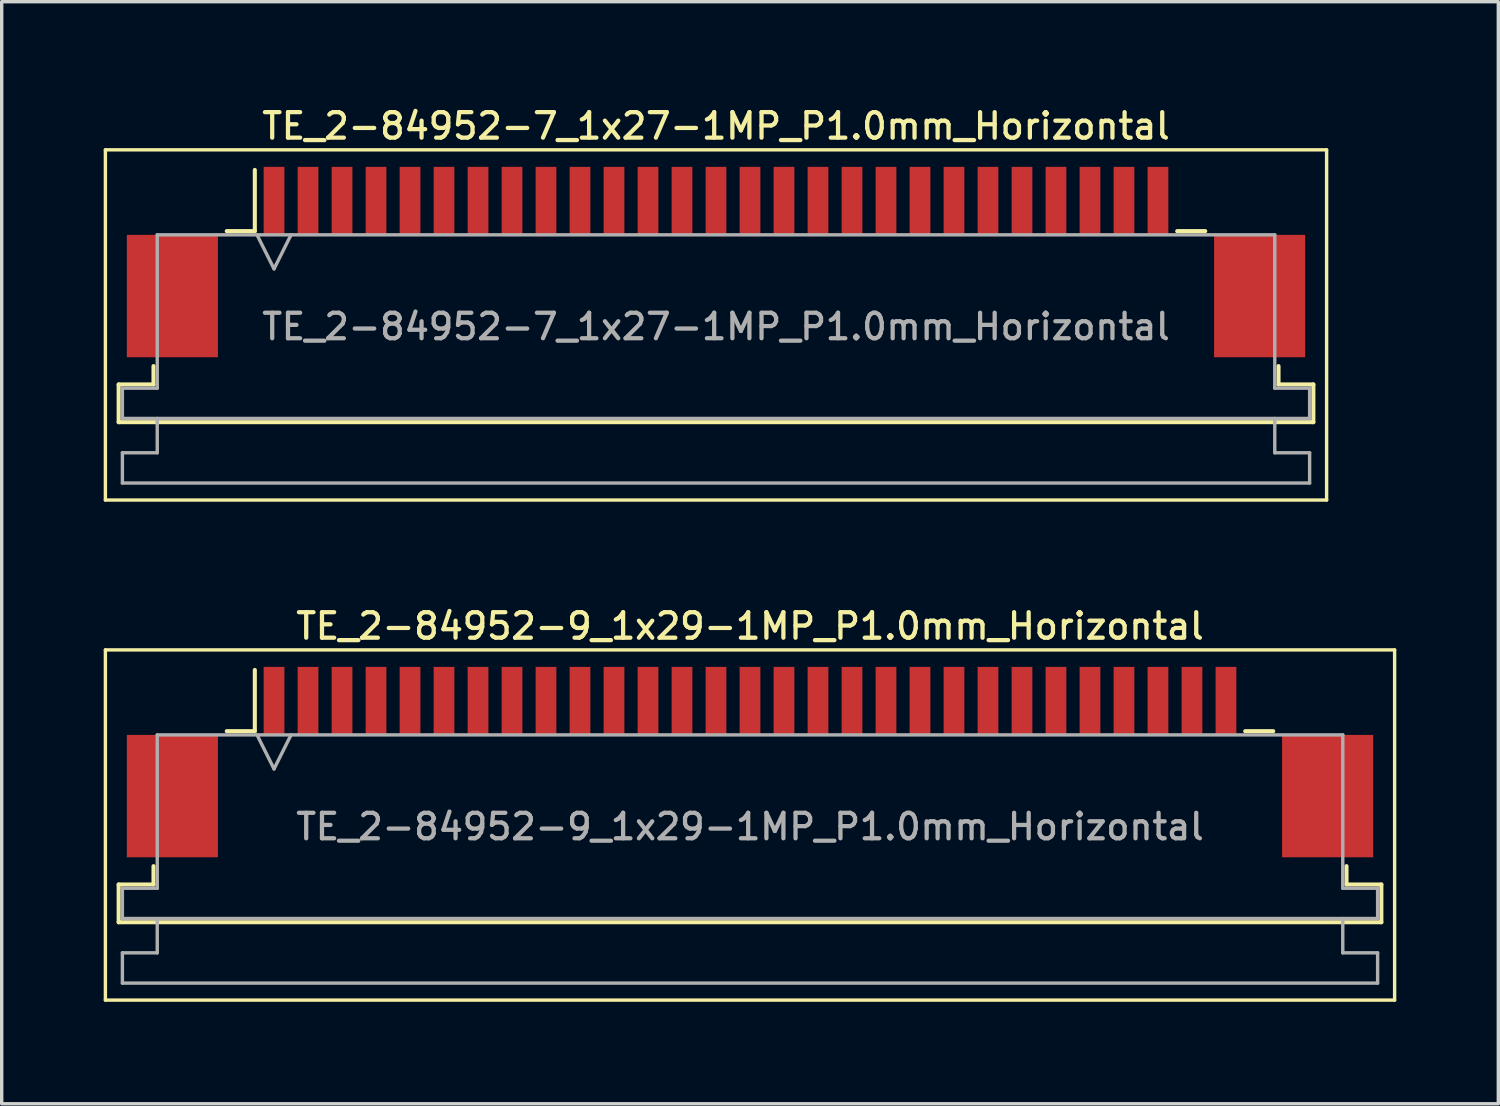
<source format=kicad_pcb>
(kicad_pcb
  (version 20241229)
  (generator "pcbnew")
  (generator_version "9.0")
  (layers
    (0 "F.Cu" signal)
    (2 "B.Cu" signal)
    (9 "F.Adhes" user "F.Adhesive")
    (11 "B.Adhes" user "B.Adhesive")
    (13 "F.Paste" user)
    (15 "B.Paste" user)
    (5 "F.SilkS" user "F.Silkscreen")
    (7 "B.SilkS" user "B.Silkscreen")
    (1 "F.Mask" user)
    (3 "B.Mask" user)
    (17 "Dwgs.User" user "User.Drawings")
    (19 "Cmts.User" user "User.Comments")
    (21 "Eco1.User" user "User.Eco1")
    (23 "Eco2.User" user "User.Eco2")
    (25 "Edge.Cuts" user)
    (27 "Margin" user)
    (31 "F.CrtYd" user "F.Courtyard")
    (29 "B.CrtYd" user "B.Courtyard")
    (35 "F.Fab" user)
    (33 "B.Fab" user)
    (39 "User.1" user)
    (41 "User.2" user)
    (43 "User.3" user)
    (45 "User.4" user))
  (footprint "TE_2-84952-7_1x27-1MP_P1.0mm_Horizontal"
    (layer "F.Cu")
    (at 18.01 4.658)
    (property "Reference" "TE_2-84952-7_1x27-1MP_P1.0mm_Horizontal" (at 0 -4 0) (layer "F.SilkS") (effects (font (size 0.75 0.75) (thickness 0.125))))
    (attr smd)
    (fp_line (start -17.96 -3.3) (end -17.96 7) (stroke (width 0.1) (type solid)) (layer "F.SilkS"))
    (fp_line (start -17.96 7) (end 17.96 7) (stroke (width 0.1) (type solid)) (layer "F.SilkS"))
    (fp_line (start -17.57 3.6) (end -16.545 3.6) (stroke (width 0.12) (type solid)) (layer "F.SilkS"))
    (fp_line (start -17.57 4.71) (end -17.57 3.6) (stroke (width 0.12) (type solid)) (layer "F.SilkS"))
    (fp_line (start -16.545 3.6) (end -16.545 3.06) (stroke (width 0.12) (type solid)) (layer "F.SilkS"))
    (fp_line (start -14.39 -0.91) (end -13.565 -0.91) (stroke (width 0.12) (type solid)) (layer "F.SilkS"))
    (fp_line (start -13.565 -0.91) (end -13.565 -2.71) (stroke (width 0.12) (type solid)) (layer "F.SilkS"))
    (fp_line (start 13.565 -0.91) (end 14.39 -0.91) (stroke (width 0.12) (type solid)) (layer "F.SilkS"))
    (fp_line (start 16.545 3.06) (end 16.545 3.6) (stroke (width 0.12) (type solid)) (layer "F.SilkS"))
    (fp_line (start 16.545 3.6) (end 17.57 3.6) (stroke (width 0.12) (type solid)) (layer "F.SilkS"))
    (fp_line (start 17.57 3.6) (end 17.57 4.71) (stroke (width 0.12) (type solid)) (layer "F.SilkS"))
    (fp_line (start 17.57 4.71) (end -17.57 4.71) (stroke (width 0.12) (type solid)) (layer "F.SilkS"))
    (fp_line (start 17.96 -3.3) (end -17.96 -3.3) (stroke (width 0.1) (type solid)) (layer "F.SilkS"))
    (fp_line (start 17.96 7) (end 17.96 -3.3) (stroke (width 0.1) (type solid)) (layer "F.SilkS"))
    (fp_line (start -17.46 3.71) (end -16.435 3.71) (stroke (width 0.1) (type solid)) (layer "F.Fab"))
    (fp_line (start -17.46 4.6) (end -17.46 3.71) (stroke (width 0.1) (type solid)) (layer "F.Fab"))
    (fp_line (start -17.46 5.61) (end -16.435 5.61) (stroke (width 0.1) (type solid)) (layer "F.Fab"))
    (fp_line (start -17.46 6.5) (end -17.46 5.61) (stroke (width 0.1) (type solid)) (layer "F.Fab"))
    (fp_line (start -16.435 -0.8) (end 16.435 -0.8) (stroke (width 0.1) (type solid)) (layer "F.Fab"))
    (fp_line (start -16.435 3.71) (end -16.435 -0.8) (stroke (width 0.1) (type solid)) (layer "F.Fab"))
    (fp_line (start -16.435 5.61) (end -16.435 4.6) (stroke (width 0.1) (type solid)) (layer "F.Fab"))
    (fp_line (start -13.5 -0.8) (end -13 0.2) (stroke (width 0.1) (type solid)) (layer "F.Fab"))
    (fp_line (start -13 0.2) (end -12.5 -0.8) (stroke (width 0.1) (type solid)) (layer "F.Fab"))
    (fp_line (start 16.435 -0.8) (end 16.435 3.71) (stroke (width 0.1) (type solid)) (layer "F.Fab"))
    (fp_line (start 16.435 3.71) (end 17.46 3.71) (stroke (width 0.1) (type solid)) (layer "F.Fab"))
    (fp_line (start 16.435 4.6) (end 16.435 5.61) (stroke (width 0.1) (type solid)) (layer "F.Fab"))
    (fp_line (start 16.435 5.61) (end 17.46 5.61) (stroke (width 0.1) (type solid)) (layer "F.Fab"))
    (fp_line (start 17.46 3.71) (end 17.46 4.6) (stroke (width 0.1) (type solid)) (layer "F.Fab"))
    (fp_line (start 17.46 4.6) (end -17.46 4.6) (stroke (width 0.1) (type solid)) (layer "F.Fab"))
    (fp_line (start 17.46 5.61) (end 17.46 6.5) (stroke (width 0.1) (type solid)) (layer "F.Fab"))
    (fp_line (start 17.46 6.5) (end -17.46 6.5) (stroke (width 0.1) (type solid)) (layer "F.Fab"))
    (fp_text user "${REFERENCE}" (at 0 1.9 0) (layer "F.Fab") (effects (font (size 0.75 0.75) (thickness 0.125))))
    (pad "1" smd rect (at -13 -1.8) (size 0.61 2) (layers "F.Cu" "F.Mask" "F.Paste"))
    (pad "2" smd rect (at -12 -1.8) (size 0.61 2) (layers "F.Cu" "F.Mask" "F.Paste"))
    (pad "3" smd rect (at -11 -1.8) (size 0.61 2) (layers "F.Cu" "F.Mask" "F.Paste"))
    (pad "4" smd rect (at -10 -1.8) (size 0.61 2) (layers "F.Cu" "F.Mask" "F.Paste"))
    (pad "5" smd rect (at -9 -1.8) (size 0.61 2) (layers "F.Cu" "F.Mask" "F.Paste"))
    (pad "6" smd rect (at -8 -1.8) (size 0.61 2) (layers "F.Cu" "F.Mask" "F.Paste"))
    (pad "7" smd rect (at -7 -1.8) (size 0.61 2) (layers "F.Cu" "F.Mask" "F.Paste"))
    (pad "8" smd rect (at -6 -1.8) (size 0.61 2) (layers "F.Cu" "F.Mask" "F.Paste"))
    (pad "9" smd rect (at -5 -1.8) (size 0.61 2) (layers "F.Cu" "F.Mask" "F.Paste"))
    (pad "10" smd rect (at -4 -1.8) (size 0.61 2) (layers "F.Cu" "F.Mask" "F.Paste"))
    (pad "11" smd rect (at -3 -1.8) (size 0.61 2) (layers "F.Cu" "F.Mask" "F.Paste"))
    (pad "12" smd rect (at -2 -1.8) (size 0.61 2) (layers "F.Cu" "F.Mask" "F.Paste"))
    (pad "13" smd rect (at -1 -1.8) (size 0.61 2) (layers "F.Cu" "F.Mask" "F.Paste"))
    (pad "14" smd rect (at 0 -1.8) (size 0.61 2) (layers "F.Cu" "F.Mask" "F.Paste"))
    (pad "15" smd rect (at 1 -1.8) (size 0.61 2) (layers "F.Cu" "F.Mask" "F.Paste"))
    (pad "16" smd rect (at 2 -1.8) (size 0.61 2) (layers "F.Cu" "F.Mask" "F.Paste"))
    (pad "17" smd rect (at 3 -1.8) (size 0.61 2) (layers "F.Cu" "F.Mask" "F.Paste"))
    (pad "18" smd rect (at 4 -1.8) (size 0.61 2) (layers "F.Cu" "F.Mask" "F.Paste"))
    (pad "19" smd rect (at 5 -1.8) (size 0.61 2) (layers "F.Cu" "F.Mask" "F.Paste"))
    (pad "20" smd rect (at 6 -1.8) (size 0.61 2) (layers "F.Cu" "F.Mask" "F.Paste"))
    (pad "21" smd rect (at 7 -1.8) (size 0.61 2) (layers "F.Cu" "F.Mask" "F.Paste"))
    (pad "22" smd rect (at 8 -1.8) (size 0.61 2) (layers "F.Cu" "F.Mask" "F.Paste"))
    (pad "23" smd rect (at 9 -1.8) (size 0.61 2) (layers "F.Cu" "F.Mask" "F.Paste"))
    (pad "24" smd rect (at 10 -1.8) (size 0.61 2) (layers "F.Cu" "F.Mask" "F.Paste"))
    (pad "25" smd rect (at 11 -1.8) (size 0.61 2) (layers "F.Cu" "F.Mask" "F.Paste"))
    (pad "26" smd rect (at 12 -1.8) (size 0.61 2) (layers "F.Cu" "F.Mask" "F.Paste"))
    (pad "27" smd rect (at 13 -1.8) (size 0.61 2) (layers "F.Cu" "F.Mask" "F.Paste"))
    (pad "MP" smd rect (at -15.99 1) (size 2.68 3.6) (layers "F.Cu" "F.Mask" "F.Paste"))
    (pad "MP" smd rect (at 15.99 1) (size 2.68 3.6) (layers "F.Cu" "F.Mask" "F.Paste")))
  (footprint "TE_2-84952-9_1x29-1MP_P1.0mm_Horizontal"
    (layer "F.Cu")
    (at 19.01 19.366)
    (property "Reference" "TE_2-84952-9_1x29-1MP_P1.0mm_Horizontal" (at 0 -4 0) (layer "F.SilkS") (effects (font (size 0.75 0.75) (thickness 0.125))))
    (attr smd)
    (fp_line (start -18.96 -3.3) (end -18.96 7) (stroke (width 0.1) (type solid)) (layer "F.SilkS"))
    (fp_line (start -18.96 7) (end 18.96 7) (stroke (width 0.1) (type solid)) (layer "F.SilkS"))
    (fp_line (start -18.57 3.6) (end -17.545 3.6) (stroke (width 0.12) (type solid)) (layer "F.SilkS"))
    (fp_line (start -18.57 4.71) (end -18.57 3.6) (stroke (width 0.12) (type solid)) (layer "F.SilkS"))
    (fp_line (start -17.545 3.6) (end -17.545 3.06) (stroke (width 0.12) (type solid)) (layer "F.SilkS"))
    (fp_line (start -15.39 -0.91) (end -14.565 -0.91) (stroke (width 0.12) (type solid)) (layer "F.SilkS"))
    (fp_line (start -14.565 -0.91) (end -14.565 -2.71) (stroke (width 0.12) (type solid)) (layer "F.SilkS"))
    (fp_line (start 14.565 -0.91) (end 15.39 -0.91) (stroke (width 0.12) (type solid)) (layer "F.SilkS"))
    (fp_line (start 17.545 3.06) (end 17.545 3.6) (stroke (width 0.12) (type solid)) (layer "F.SilkS"))
    (fp_line (start 17.545 3.6) (end 18.57 3.6) (stroke (width 0.12) (type solid)) (layer "F.SilkS"))
    (fp_line (start 18.57 3.6) (end 18.57 4.71) (stroke (width 0.12) (type solid)) (layer "F.SilkS"))
    (fp_line (start 18.57 4.71) (end -18.57 4.71) (stroke (width 0.12) (type solid)) (layer "F.SilkS"))
    (fp_line (start 18.96 -3.3) (end -18.96 -3.3) (stroke (width 0.1) (type solid)) (layer "F.SilkS"))
    (fp_line (start 18.96 7) (end 18.96 -3.3) (stroke (width 0.1) (type solid)) (layer "F.SilkS"))
    (fp_line (start -18.46 3.71) (end -17.435 3.71) (stroke (width 0.1) (type solid)) (layer "F.Fab"))
    (fp_line (start -18.46 4.6) (end -18.46 3.71) (stroke (width 0.1) (type solid)) (layer "F.Fab"))
    (fp_line (start -18.46 5.61) (end -17.435 5.61) (stroke (width 0.1) (type solid)) (layer "F.Fab"))
    (fp_line (start -18.46 6.5) (end -18.46 5.61) (stroke (width 0.1) (type solid)) (layer "F.Fab"))
    (fp_line (start -17.435 -0.8) (end 17.435 -0.8) (stroke (width 0.1) (type solid)) (layer "F.Fab"))
    (fp_line (start -17.435 3.71) (end -17.435 -0.8) (stroke (width 0.1) (type solid)) (layer "F.Fab"))
    (fp_line (start -17.435 5.61) (end -17.435 4.6) (stroke (width 0.1) (type solid)) (layer "F.Fab"))
    (fp_line (start -14.5 -0.8) (end -14 0.2) (stroke (width 0.1) (type solid)) (layer "F.Fab"))
    (fp_line (start -14 0.2) (end -13.5 -0.8) (stroke (width 0.1) (type solid)) (layer "F.Fab"))
    (fp_line (start 17.435 -0.8) (end 17.435 3.71) (stroke (width 0.1) (type solid)) (layer "F.Fab"))
    (fp_line (start 17.435 3.71) (end 18.46 3.71) (stroke (width 0.1) (type solid)) (layer "F.Fab"))
    (fp_line (start 17.435 4.6) (end 17.435 5.61) (stroke (width 0.1) (type solid)) (layer "F.Fab"))
    (fp_line (start 17.435 5.61) (end 18.46 5.61) (stroke (width 0.1) (type solid)) (layer "F.Fab"))
    (fp_line (start 18.46 3.71) (end 18.46 4.6) (stroke (width 0.1) (type solid)) (layer "F.Fab"))
    (fp_line (start 18.46 4.6) (end -18.46 4.6) (stroke (width 0.1) (type solid)) (layer "F.Fab"))
    (fp_line (start 18.46 5.61) (end 18.46 6.5) (stroke (width 0.1) (type solid)) (layer "F.Fab"))
    (fp_line (start 18.46 6.5) (end -18.46 6.5) (stroke (width 0.1) (type solid)) (layer "F.Fab"))
    (fp_text user "${REFERENCE}" (at 0 1.9 0) (layer "F.Fab") (effects (font (size 0.75 0.75) (thickness 0.125))))
    (pad "1" smd rect (at -14 -1.8) (size 0.61 2) (layers "F.Cu" "F.Mask" "F.Paste"))
    (pad "2" smd rect (at -13 -1.8) (size 0.61 2) (layers "F.Cu" "F.Mask" "F.Paste"))
    (pad "3" smd rect (at -12 -1.8) (size 0.61 2) (layers "F.Cu" "F.Mask" "F.Paste"))
    (pad "4" smd rect (at -11 -1.8) (size 0.61 2) (layers "F.Cu" "F.Mask" "F.Paste"))
    (pad "5" smd rect (at -10 -1.8) (size 0.61 2) (layers "F.Cu" "F.Mask" "F.Paste"))
    (pad "6" smd rect (at -9 -1.8) (size 0.61 2) (layers "F.Cu" "F.Mask" "F.Paste"))
    (pad "7" smd rect (at -8 -1.8) (size 0.61 2) (layers "F.Cu" "F.Mask" "F.Paste"))
    (pad "8" smd rect (at -7 -1.8) (size 0.61 2) (layers "F.Cu" "F.Mask" "F.Paste"))
    (pad "9" smd rect (at -6 -1.8) (size 0.61 2) (layers "F.Cu" "F.Mask" "F.Paste"))
    (pad "10" smd rect (at -5 -1.8) (size 0.61 2) (layers "F.Cu" "F.Mask" "F.Paste"))
    (pad "11" smd rect (at -4 -1.8) (size 0.61 2) (layers "F.Cu" "F.Mask" "F.Paste"))
    (pad "12" smd rect (at -3 -1.8) (size 0.61 2) (layers "F.Cu" "F.Mask" "F.Paste"))
    (pad "13" smd rect (at -2 -1.8) (size 0.61 2) (layers "F.Cu" "F.Mask" "F.Paste"))
    (pad "14" smd rect (at -1 -1.8) (size 0.61 2) (layers "F.Cu" "F.Mask" "F.Paste"))
    (pad "15" smd rect (at 0 -1.8) (size 0.61 2) (layers "F.Cu" "F.Mask" "F.Paste"))
    (pad "16" smd rect (at 1 -1.8) (size 0.61 2) (layers "F.Cu" "F.Mask" "F.Paste"))
    (pad "17" smd rect (at 2 -1.8) (size 0.61 2) (layers "F.Cu" "F.Mask" "F.Paste"))
    (pad "18" smd rect (at 3 -1.8) (size 0.61 2) (layers "F.Cu" "F.Mask" "F.Paste"))
    (pad "19" smd rect (at 4 -1.8) (size 0.61 2) (layers "F.Cu" "F.Mask" "F.Paste"))
    (pad "20" smd rect (at 5 -1.8) (size 0.61 2) (layers "F.Cu" "F.Mask" "F.Paste"))
    (pad "21" smd rect (at 6 -1.8) (size 0.61 2) (layers "F.Cu" "F.Mask" "F.Paste"))
    (pad "22" smd rect (at 7 -1.8) (size 0.61 2) (layers "F.Cu" "F.Mask" "F.Paste"))
    (pad "23" smd rect (at 8 -1.8) (size 0.61 2) (layers "F.Cu" "F.Mask" "F.Paste"))
    (pad "24" smd rect (at 9 -1.8) (size 0.61 2) (layers "F.Cu" "F.Mask" "F.Paste"))
    (pad "25" smd rect (at 10 -1.8) (size 0.61 2) (layers "F.Cu" "F.Mask" "F.Paste"))
    (pad "26" smd rect (at 11 -1.8) (size 0.61 2) (layers "F.Cu" "F.Mask" "F.Paste"))
    (pad "27" smd rect (at 12 -1.8) (size 0.61 2) (layers "F.Cu" "F.Mask" "F.Paste"))
    (pad "28" smd rect (at 13 -1.8) (size 0.61 2) (layers "F.Cu" "F.Mask" "F.Paste"))
    (pad "29" smd rect (at 14 -1.8) (size 0.61 2) (layers "F.Cu" "F.Mask" "F.Paste"))
    (pad "MP" smd rect (at -16.99 1) (size 2.68 3.6) (layers "F.Cu" "F.Mask" "F.Paste"))
    (pad "MP" smd rect (at 16.99 1) (size 2.68 3.6) (layers "F.Cu" "F.Mask" "F.Paste")))
  (gr_rect
    (start -3 -3)
    (end 41.02 29.416)
    (stroke (width 0.1) (type default))
    (fill no)
    (layer "Edge.Cuts")))
</source>
